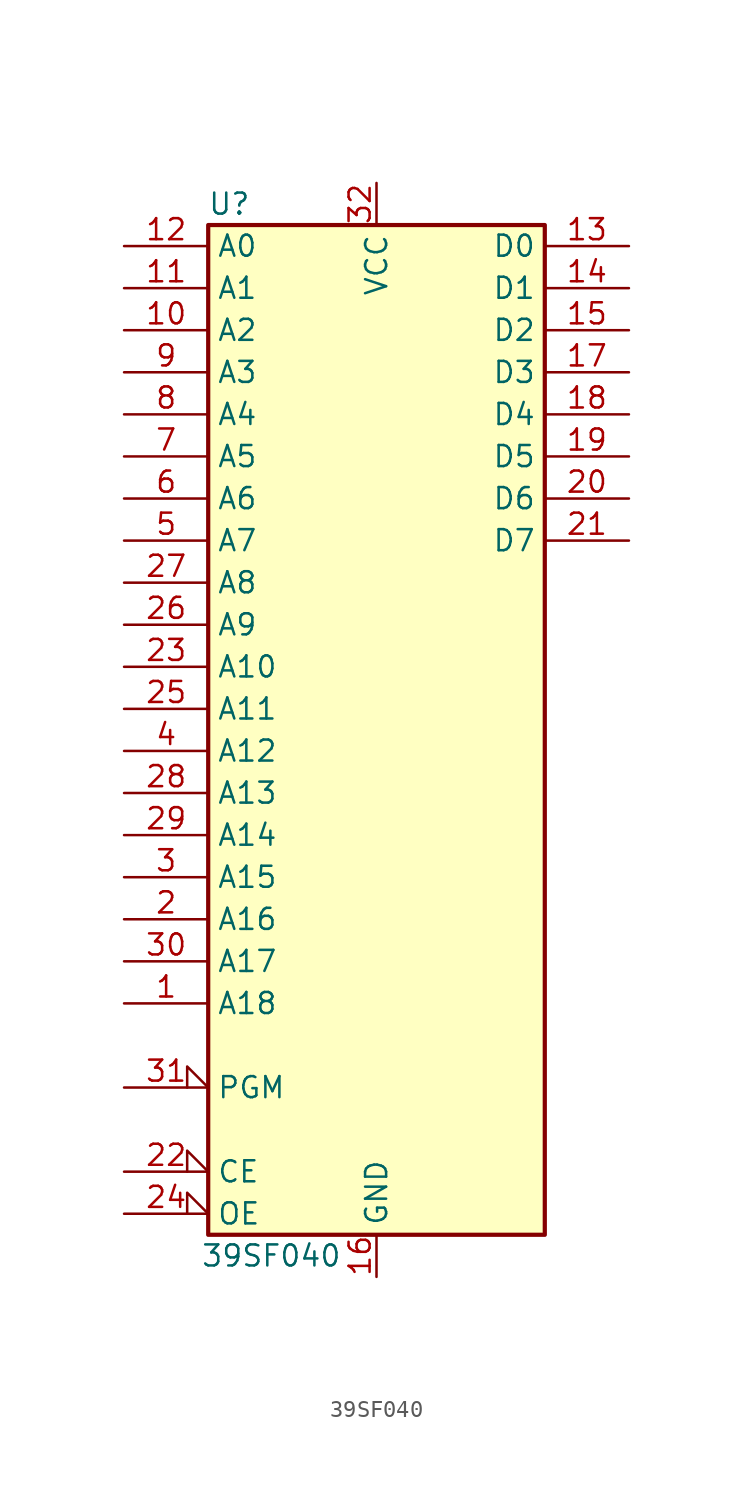
<source format=kicad_sym>
(kicad_symbol_lib
  (version 20211014)
  (generator kicad_symbol_editor)
  (symbol "39SF040"
    (property "Reference" "U"
      (at -8.89 33.02 0)
      (effects (font (size 1.27 1.27))))
    (property "Value" "39SF040"
      (at -6.35 -30.48 0)
      (effects (font (size 1.27 1.27))))
    (symbol "39SF040_0_0"
      (pin power_in line (at 0 -31.75 90) (length 2.54) (name "GND" (effects (font (size 1.27 1.27)))) (number "16" (effects (font (size 1.27 1.27)))))
      (pin power_in line (at 0 34.29 270) (length 2.54) (name "VCC" (effects (font (size 1.27 1.27)))) (number "32" (effects (font (size 1.27 1.27))))))
    (symbol "39SF040_0_1"
      (rectangle (start -10.16 31.75) (end 10.16 -29.21) (stroke (width 0.254) (type default) (color 0 0 0 0)) (fill (type background))))
    (symbol "39SF040_1_1"
      (pin input line (at -15.24 -15.24 0) (length 5.08) (name "A18" (effects (font (size 1.27 1.27)))) (number "1" (effects (font (size 1.27 1.27)))))
      (pin input line (at -15.24 25.4 0) (length 5.08) (name "A2" (effects (font (size 1.27 1.27)))) (number "10" (effects (font (size 1.27 1.27)))))
      (pin input line (at -15.24 27.94 0) (length 5.08) (name "A1" (effects (font (size 1.27 1.27)))) (number "11" (effects (font (size 1.27 1.27)))))
      (pin input line (at -15.24 30.48 0) (length 5.08) (name "A0" (effects (font (size 1.27 1.27)))) (number "12" (effects (font (size 1.27 1.27)))))
      (pin tri_state line (at 15.24 30.48 180) (length 5.08) (name "D0" (effects (font (size 1.27 1.27)))) (number "13" (effects (font (size 1.27 1.27)))))
      (pin tri_state line (at 15.24 27.94 180) (length 5.08) (name "D1" (effects (font (size 1.27 1.27)))) (number "14" (effects (font (size 1.27 1.27)))))
      (pin tri_state line (at 15.24 25.4 180) (length 5.08) (name "D2" (effects (font (size 1.27 1.27)))) (number "15" (effects (font (size 1.27 1.27)))))
      (pin tri_state line (at 15.24 22.86 180) (length 5.08) (name "D3" (effects (font (size 1.27 1.27)))) (number "17" (effects (font (size 1.27 1.27)))))
      (pin tri_state line (at 15.24 20.32 180) (length 5.08) (name "D4" (effects (font (size 1.27 1.27)))) (number "18" (effects (font (size 1.27 1.27)))))
      (pin tri_state line (at 15.24 17.78 180) (length 5.08) (name "D5" (effects (font (size 1.27 1.27)))) (number "19" (effects (font (size 1.27 1.27)))))
      (pin input line (at -15.24 -10.16 0) (length 5.08) (name "A16" (effects (font (size 1.27 1.27)))) (number "2" (effects (font (size 1.27 1.27)))))
      (pin tri_state line (at 15.24 15.24 180) (length 5.08) (name "D6" (effects (font (size 1.27 1.27)))) (number "20" (effects (font (size 1.27 1.27)))))
      (pin tri_state line (at 15.24 12.7 180) (length 5.08) (name "D7" (effects (font (size 1.27 1.27)))) (number "21" (effects (font (size 1.27 1.27)))))
      (pin input input_low (at -15.24 -25.4 0) (length 5.08) (name "CE" (effects (font (size 1.27 1.27)))) (number "22" (effects (font (size 1.27 1.27)))))
      (pin input line (at -15.24 5.08 0) (length 5.08) (name "A10" (effects (font (size 1.27 1.27)))) (number "23" (effects (font (size 1.27 1.27)))))
      (pin input input_low (at -15.24 -27.94 0) (length 5.08) (name "OE" (effects (font (size 1.27 1.27)))) (number "24" (effects (font (size 1.27 1.27)))))
      (pin input line (at -15.24 2.54 0) (length 5.08) (name "A11" (effects (font (size 1.27 1.27)))) (number "25" (effects (font (size 1.27 1.27)))))
      (pin input line (at -15.24 7.62 0) (length 5.08) (name "A9" (effects (font (size 1.27 1.27)))) (number "26" (effects (font (size 1.27 1.27)))))
      (pin input line (at -15.24 10.16 0) (length 5.08) (name "A8" (effects (font (size 1.27 1.27)))) (number "27" (effects (font (size 1.27 1.27)))))
      (pin input line (at -15.24 -2.54 0) (length 5.08) (name "A13" (effects (font (size 1.27 1.27)))) (number "28" (effects (font (size 1.27 1.27)))))
      (pin input line (at -15.24 -5.08 0) (length 5.08) (name "A14" (effects (font (size 1.27 1.27)))) (number "29" (effects (font (size 1.27 1.27)))))
      (pin input line (at -15.24 -7.62 0) (length 5.08) (name "A15" (effects (font (size 1.27 1.27)))) (number "3" (effects (font (size 1.27 1.27)))))
      (pin input line (at -15.24 -12.7 0) (length 5.08) (name "A17" (effects (font (size 1.27 1.27)))) (number "30" (effects (font (size 1.27 1.27)))))
      (pin input input_low (at -15.24 -20.32 0) (length 5.08) (name "PGM" (effects (font (size 1.27 1.27)))) (number "31" (effects (font (size 1.27 1.27)))))
      (pin input line (at -15.24 0 0) (length 5.08) (name "A12" (effects (font (size 1.27 1.27)))) (number "4" (effects (font (size 1.27 1.27)))))
      (pin input line (at -15.24 12.7 0) (length 5.08) (name "A7" (effects (font (size 1.27 1.27)))) (number "5" (effects (font (size 1.27 1.27)))))
      (pin input line (at -15.24 15.24 0) (length 5.08) (name "A6" (effects (font (size 1.27 1.27)))) (number "6" (effects (font (size 1.27 1.27)))))
      (pin input line (at -15.24 17.78 0) (length 5.08) (name "A5" (effects (font (size 1.27 1.27)))) (number "7" (effects (font (size 1.27 1.27)))))
      (pin input line (at -15.24 20.32 0) (length 5.08) (name "A4" (effects (font (size 1.27 1.27)))) (number "8" (effects (font (size 1.27 1.27)))))
      (pin input line (at -15.24 22.86 0) (length 5.08) (name "A3" (effects (font (size 1.27 1.27)))) (number "9" (effects (font (size 1.27 1.27))))))))
</source>
